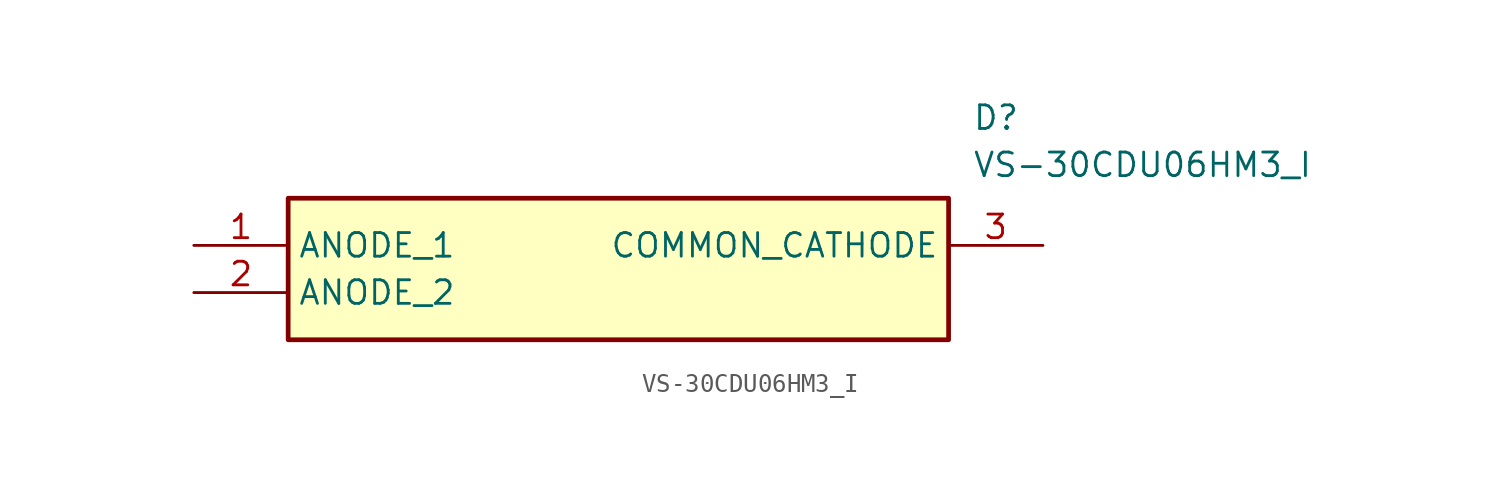
<source format=kicad_sym>
(kicad_symbol_lib
  (version 20211014)
  (generator SamacSys_ECAD_Model)
  (symbol "VS-30CDU06HM3_I"
    (property "Reference" "D"
      (at 41.91 7.62 0)
      (effects (font (size 1.27 1.27)) (justify left top)))
    (property "Value" "VS-30CDU06HM3_I"
      (at 41.91 5.08 0)
      (effects (font (size 1.27 1.27)) (justify left top)))
    (rectangle
      (start 5.08 2.54)
      (end 40.64 -5.08)
      (stroke (width 0.254) (type default))
      (fill (type background)))
    (pin passive line
      (at 0 0 0)
      (length 5.08)
      (name "ANODE_1" (effects (font (size 1.27 1.27))))
      (number "1" (effects (font (size 1.27 1.27)))))
    (pin passive line
      (at 0 -2.54 0)
      (length 5.08)
      (name "ANODE_2" (effects (font (size 1.27 1.27))))
      (number "2" (effects (font (size 1.27 1.27)))))
    (pin passive line
      (at 45.72 0 180)
      (length 5.08)
      (name "COMMON_CATHODE" (effects (font (size 1.27 1.27))))
      (number "3" (effects (font (size 1.27 1.27)))))))
</source>
